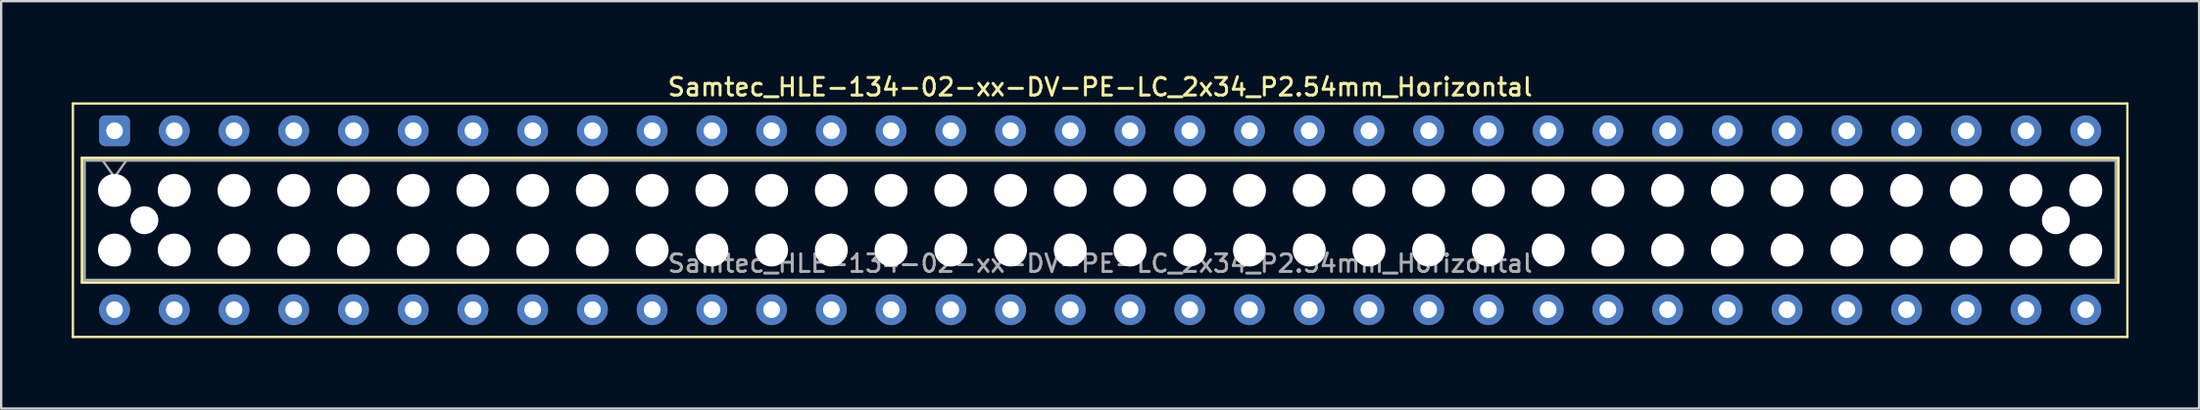
<source format=kicad_pcb>
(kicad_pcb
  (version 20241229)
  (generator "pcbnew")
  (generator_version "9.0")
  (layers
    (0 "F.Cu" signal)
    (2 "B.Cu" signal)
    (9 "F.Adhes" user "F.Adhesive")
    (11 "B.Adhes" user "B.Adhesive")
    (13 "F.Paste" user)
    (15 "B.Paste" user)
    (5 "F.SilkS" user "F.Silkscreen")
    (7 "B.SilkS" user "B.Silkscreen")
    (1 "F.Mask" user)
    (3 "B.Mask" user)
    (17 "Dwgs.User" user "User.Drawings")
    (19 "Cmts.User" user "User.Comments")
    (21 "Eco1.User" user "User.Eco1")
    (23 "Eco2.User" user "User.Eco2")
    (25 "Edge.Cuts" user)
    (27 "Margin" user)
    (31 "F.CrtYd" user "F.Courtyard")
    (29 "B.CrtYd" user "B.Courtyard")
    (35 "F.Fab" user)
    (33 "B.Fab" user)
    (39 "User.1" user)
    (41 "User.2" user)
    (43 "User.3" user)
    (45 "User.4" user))
  (footprint "Samtec_HLE-134-02-xx-DV-PE-LC_2x34_P2.54mm_Horizontal"
    (layer "F.Cu")
    (at 1.82 2.518)
    (property "Reference" "Samtec_HLE-134-02-xx-DV-PE-LC_2x34_P2.54mm_Horizontal" (at 41.91 -1.86 0) (layer "F.SilkS") (effects (font (size 0.75 0.75) (thickness 0.125))))
    (attr through_hole)
    (fp_line (start -1.77 -1.16) (end 85.59 -1.16) (stroke (width 0.1) (type solid)) (layer "F.SilkS"))
    (fp_line (start -1.77 8.78) (end -1.77 -1.16) (stroke (width 0.1) (type solid)) (layer "F.SilkS"))
    (fp_line (start -1.38 1.16) (end 85.2 1.16) (stroke (width 0.12) (type solid)) (layer "F.SilkS"))
    (fp_line (start -1.38 6.46) (end -1.38 1.16) (stroke (width 0.12) (type solid)) (layer "F.SilkS"))
    (fp_line (start 85.2 1.16) (end 85.2 6.46) (stroke (width 0.12) (type solid)) (layer "F.SilkS"))
    (fp_line (start 85.2 6.46) (end -1.38 6.46) (stroke (width 0.12) (type solid)) (layer "F.SilkS"))
    (fp_line (start 85.59 -1.16) (end 85.59 8.78) (stroke (width 0.1) (type solid)) (layer "F.SilkS"))
    (fp_line (start 85.59 8.78) (end -1.77 8.78) (stroke (width 0.1) (type solid)) (layer "F.SilkS"))
    (fp_line (start -1.27 1.27) (end 85.09 1.27) (stroke (width 0.1) (type solid)) (layer "F.Fab"))
    (fp_line (start -1.27 6.35) (end -1.27 1.27) (stroke (width 0.1) (type solid)) (layer "F.Fab"))
    (fp_line (start -0.5 1.27) (end 0 1.977) (stroke (width 0.1) (type solid)) (layer "F.Fab"))
    (fp_line (start 0 1.977) (end 0.5 1.27) (stroke (width 0.1) (type solid)) (layer "F.Fab"))
    (fp_line (start 85.09 1.27) (end 85.09 6.35) (stroke (width 0.1) (type solid)) (layer "F.Fab"))
    (fp_line (start 85.09 6.35) (end -1.27 6.35) (stroke (width 0.1) (type solid)) (layer "F.Fab"))
    (fp_text user "${REFERENCE}" (at 41.91 5.65 0) (layer "F.Fab") (effects (font (size 0.75 0.75) (thickness 0.125))))
    (pad "" np_thru_hole circle (at 0 2.54) (size 1.4 1.4) (drill 1.4) (layers "*.Cu" "*.Mask"))
    (pad "" np_thru_hole circle (at 0 5.08) (size 1.4 1.4) (drill 1.4) (layers "*.Cu" "*.Mask"))
    (pad "" np_thru_hole circle (at 1.27 3.81) (size 1.19 1.19) (drill 1.19) (layers "*.Cu" "*.Mask"))
    (pad "" np_thru_hole circle (at 2.54 2.54) (size 1.4 1.4) (drill 1.4) (layers "*.Cu" "*.Mask"))
    (pad "" np_thru_hole circle (at 2.54 5.08) (size 1.4 1.4) (drill 1.4) (layers "*.Cu" "*.Mask"))
    (pad "" np_thru_hole circle (at 5.08 2.54) (size 1.4 1.4) (drill 1.4) (layers "*.Cu" "*.Mask"))
    (pad "" np_thru_hole circle (at 5.08 5.08) (size 1.4 1.4) (drill 1.4) (layers "*.Cu" "*.Mask"))
    (pad "" np_thru_hole circle (at 7.62 2.54) (size 1.4 1.4) (drill 1.4) (layers "*.Cu" "*.Mask"))
    (pad "" np_thru_hole circle (at 7.62 5.08) (size 1.4 1.4) (drill 1.4) (layers "*.Cu" "*.Mask"))
    (pad "" np_thru_hole circle (at 10.16 2.54) (size 1.4 1.4) (drill 1.4) (layers "*.Cu" "*.Mask"))
    (pad "" np_thru_hole circle (at 10.16 5.08) (size 1.4 1.4) (drill 1.4) (layers "*.Cu" "*.Mask"))
    (pad "" np_thru_hole circle (at 12.7 2.54) (size 1.4 1.4) (drill 1.4) (layers "*.Cu" "*.Mask"))
    (pad "" np_thru_hole circle (at 12.7 5.08) (size 1.4 1.4) (drill 1.4) (layers "*.Cu" "*.Mask"))
    (pad "" np_thru_hole circle (at 15.24 2.54) (size 1.4 1.4) (drill 1.4) (layers "*.Cu" "*.Mask"))
    (pad "" np_thru_hole circle (at 15.24 5.08) (size 1.4 1.4) (drill 1.4) (layers "*.Cu" "*.Mask"))
    (pad "" np_thru_hole circle (at 17.78 2.54) (size 1.4 1.4) (drill 1.4) (layers "*.Cu" "*.Mask"))
    (pad "" np_thru_hole circle (at 17.78 5.08) (size 1.4 1.4) (drill 1.4) (layers "*.Cu" "*.Mask"))
    (pad "" np_thru_hole circle (at 20.32 2.54) (size 1.4 1.4) (drill 1.4) (layers "*.Cu" "*.Mask"))
    (pad "" np_thru_hole circle (at 20.32 5.08) (size 1.4 1.4) (drill 1.4) (layers "*.Cu" "*.Mask"))
    (pad "" np_thru_hole circle (at 22.86 2.54) (size 1.4 1.4) (drill 1.4) (layers "*.Cu" "*.Mask"))
    (pad "" np_thru_hole circle (at 22.86 5.08) (size 1.4 1.4) (drill 1.4) (layers "*.Cu" "*.Mask"))
    (pad "" np_thru_hole circle (at 25.4 2.54) (size 1.4 1.4) (drill 1.4) (layers "*.Cu" "*.Mask"))
    (pad "" np_thru_hole circle (at 25.4 5.08) (size 1.4 1.4) (drill 1.4) (layers "*.Cu" "*.Mask"))
    (pad "" np_thru_hole circle (at 27.94 2.54) (size 1.4 1.4) (drill 1.4) (layers "*.Cu" "*.Mask"))
    (pad "" np_thru_hole circle (at 27.94 5.08) (size 1.4 1.4) (drill 1.4) (layers "*.Cu" "*.Mask"))
    (pad "" np_thru_hole circle (at 30.48 2.54) (size 1.4 1.4) (drill 1.4) (layers "*.Cu" "*.Mask"))
    (pad "" np_thru_hole circle (at 30.48 5.08) (size 1.4 1.4) (drill 1.4) (layers "*.Cu" "*.Mask"))
    (pad "" np_thru_hole circle (at 33.02 2.54) (size 1.4 1.4) (drill 1.4) (layers "*.Cu" "*.Mask"))
    (pad "" np_thru_hole circle (at 33.02 5.08) (size 1.4 1.4) (drill 1.4) (layers "*.Cu" "*.Mask"))
    (pad "" np_thru_hole circle (at 35.56 2.54) (size 1.4 1.4) (drill 1.4) (layers "*.Cu" "*.Mask"))
    (pad "" np_thru_hole circle (at 35.56 5.08) (size 1.4 1.4) (drill 1.4) (layers "*.Cu" "*.Mask"))
    (pad "" np_thru_hole circle (at 38.1 2.54) (size 1.4 1.4) (drill 1.4) (layers "*.Cu" "*.Mask"))
    (pad "" np_thru_hole circle (at 38.1 5.08) (size 1.4 1.4) (drill 1.4) (layers "*.Cu" "*.Mask"))
    (pad "" np_thru_hole circle (at 40.64 2.54) (size 1.4 1.4) (drill 1.4) (layers "*.Cu" "*.Mask"))
    (pad "" np_thru_hole circle (at 40.64 5.08) (size 1.4 1.4) (drill 1.4) (layers "*.Cu" "*.Mask"))
    (pad "" np_thru_hole circle (at 43.18 2.54) (size 1.4 1.4) (drill 1.4) (layers "*.Cu" "*.Mask"))
    (pad "" np_thru_hole circle (at 43.18 5.08) (size 1.4 1.4) (drill 1.4) (layers "*.Cu" "*.Mask"))
    (pad "" np_thru_hole circle (at 45.72 2.54) (size 1.4 1.4) (drill 1.4) (layers "*.Cu" "*.Mask"))
    (pad "" np_thru_hole circle (at 45.72 5.08) (size 1.4 1.4) (drill 1.4) (layers "*.Cu" "*.Mask"))
    (pad "" np_thru_hole circle (at 48.26 2.54) (size 1.4 1.4) (drill 1.4) (layers "*.Cu" "*.Mask"))
    (pad "" np_thru_hole circle (at 48.26 5.08) (size 1.4 1.4) (drill 1.4) (layers "*.Cu" "*.Mask"))
    (pad "" np_thru_hole circle (at 50.8 2.54) (size 1.4 1.4) (drill 1.4) (layers "*.Cu" "*.Mask"))
    (pad "" np_thru_hole circle (at 50.8 5.08) (size 1.4 1.4) (drill 1.4) (layers "*.Cu" "*.Mask"))
    (pad "" np_thru_hole circle (at 53.34 2.54) (size 1.4 1.4) (drill 1.4) (layers "*.Cu" "*.Mask"))
    (pad "" np_thru_hole circle (at 53.34 5.08) (size 1.4 1.4) (drill 1.4) (layers "*.Cu" "*.Mask"))
    (pad "" np_thru_hole circle (at 55.88 2.54) (size 1.4 1.4) (drill 1.4) (layers "*.Cu" "*.Mask"))
    (pad "" np_thru_hole circle (at 55.88 5.08) (size 1.4 1.4) (drill 1.4) (layers "*.Cu" "*.Mask"))
    (pad "" np_thru_hole circle (at 58.42 2.54) (size 1.4 1.4) (drill 1.4) (layers "*.Cu" "*.Mask"))
    (pad "" np_thru_hole circle (at 58.42 5.08) (size 1.4 1.4) (drill 1.4) (layers "*.Cu" "*.Mask"))
    (pad "" np_thru_hole circle (at 60.96 2.54) (size 1.4 1.4) (drill 1.4) (layers "*.Cu" "*.Mask"))
    (pad "" np_thru_hole circle (at 60.96 5.08) (size 1.4 1.4) (drill 1.4) (layers "*.Cu" "*.Mask"))
    (pad "" np_thru_hole circle (at 63.5 2.54) (size 1.4 1.4) (drill 1.4) (layers "*.Cu" "*.Mask"))
    (pad "" np_thru_hole circle (at 63.5 5.08) (size 1.4 1.4) (drill 1.4) (layers "*.Cu" "*.Mask"))
    (pad "" np_thru_hole circle (at 66.04 2.54) (size 1.4 1.4) (drill 1.4) (layers "*.Cu" "*.Mask"))
    (pad "" np_thru_hole circle (at 66.04 5.08) (size 1.4 1.4) (drill 1.4) (layers "*.Cu" "*.Mask"))
    (pad "" np_thru_hole circle (at 68.58 2.54) (size 1.4 1.4) (drill 1.4) (layers "*.Cu" "*.Mask"))
    (pad "" np_thru_hole circle (at 68.58 5.08) (size 1.4 1.4) (drill 1.4) (layers "*.Cu" "*.Mask"))
    (pad "" np_thru_hole circle (at 71.12 2.54) (size 1.4 1.4) (drill 1.4) (layers "*.Cu" "*.Mask"))
    (pad "" np_thru_hole circle (at 71.12 5.08) (size 1.4 1.4) (drill 1.4) (layers "*.Cu" "*.Mask"))
    (pad "" np_thru_hole circle (at 73.66 2.54) (size 1.4 1.4) (drill 1.4) (layers "*.Cu" "*.Mask"))
    (pad "" np_thru_hole circle (at 73.66 5.08) (size 1.4 1.4) (drill 1.4) (layers "*.Cu" "*.Mask"))
    (pad "" np_thru_hole circle (at 76.2 2.54) (size 1.4 1.4) (drill 1.4) (layers "*.Cu" "*.Mask"))
    (pad "" np_thru_hole circle (at 76.2 5.08) (size 1.4 1.4) (drill 1.4) (layers "*.Cu" "*.Mask"))
    (pad "" np_thru_hole circle (at 78.74 2.54) (size 1.4 1.4) (drill 1.4) (layers "*.Cu" "*.Mask"))
    (pad "" np_thru_hole circle (at 78.74 5.08) (size 1.4 1.4) (drill 1.4) (layers "*.Cu" "*.Mask"))
    (pad "" np_thru_hole circle (at 81.28 2.54) (size 1.4 1.4) (drill 1.4) (layers "*.Cu" "*.Mask"))
    (pad "" np_thru_hole circle (at 81.28 5.08) (size 1.4 1.4) (drill 1.4) (layers "*.Cu" "*.Mask"))
    (pad "" np_thru_hole circle (at 82.55 3.81) (size 1.19 1.19) (drill 1.19) (layers "*.Cu" "*.Mask"))
    (pad "" np_thru_hole circle (at 83.82 2.54) (size 1.4 1.4) (drill 1.4) (layers "*.Cu" "*.Mask"))
    (pad "" np_thru_hole circle (at 83.82 5.08) (size 1.4 1.4) (drill 1.4) (layers "*.Cu" "*.Mask"))
    (pad "1" thru_hole roundrect (at 0 0) (size 1.31 1.31) (drill 0.71) (layers "*.Cu" "*.Mask") (roundrect_rratio 0.191))
    (pad "2" thru_hole circle (at 0 7.62) (size 1.31 1.31) (drill 0.71) (layers "*.Cu" "*.Mask"))
    (pad "3" thru_hole circle (at 2.54 0) (size 1.31 1.31) (drill 0.71) (layers "*.Cu" "*.Mask"))
    (pad "4" thru_hole circle (at 2.54 7.62) (size 1.31 1.31) (drill 0.71) (layers "*.Cu" "*.Mask"))
    (pad "5" thru_hole circle (at 5.08 0) (size 1.31 1.31) (drill 0.71) (layers "*.Cu" "*.Mask"))
    (pad "6" thru_hole circle (at 5.08 7.62) (size 1.31 1.31) (drill 0.71) (layers "*.Cu" "*.Mask"))
    (pad "7" thru_hole circle (at 7.62 0) (size 1.31 1.31) (drill 0.71) (layers "*.Cu" "*.Mask"))
    (pad "8" thru_hole circle (at 7.62 7.62) (size 1.31 1.31) (drill 0.71) (layers "*.Cu" "*.Mask"))
    (pad "9" thru_hole circle (at 10.16 0) (size 1.31 1.31) (drill 0.71) (layers "*.Cu" "*.Mask"))
    (pad "10" thru_hole circle (at 10.16 7.62) (size 1.31 1.31) (drill 0.71) (layers "*.Cu" "*.Mask"))
    (pad "11" thru_hole circle (at 12.7 0) (size 1.31 1.31) (drill 0.71) (layers "*.Cu" "*.Mask"))
    (pad "12" thru_hole circle (at 12.7 7.62) (size 1.31 1.31) (drill 0.71) (layers "*.Cu" "*.Mask"))
    (pad "13" thru_hole circle (at 15.24 0) (size 1.31 1.31) (drill 0.71) (layers "*.Cu" "*.Mask"))
    (pad "14" thru_hole circle (at 15.24 7.62) (size 1.31 1.31) (drill 0.71) (layers "*.Cu" "*.Mask"))
    (pad "15" thru_hole circle (at 17.78 0) (size 1.31 1.31) (drill 0.71) (layers "*.Cu" "*.Mask"))
    (pad "16" thru_hole circle (at 17.78 7.62) (size 1.31 1.31) (drill 0.71) (layers "*.Cu" "*.Mask"))
    (pad "17" thru_hole circle (at 20.32 0) (size 1.31 1.31) (drill 0.71) (layers "*.Cu" "*.Mask"))
    (pad "18" thru_hole circle (at 20.32 7.62) (size 1.31 1.31) (drill 0.71) (layers "*.Cu" "*.Mask"))
    (pad "19" thru_hole circle (at 22.86 0) (size 1.31 1.31) (drill 0.71) (layers "*.Cu" "*.Mask"))
    (pad "20" thru_hole circle (at 22.86 7.62) (size 1.31 1.31) (drill 0.71) (layers "*.Cu" "*.Mask"))
    (pad "21" thru_hole circle (at 25.4 0) (size 1.31 1.31) (drill 0.71) (layers "*.Cu" "*.Mask"))
    (pad "22" thru_hole circle (at 25.4 7.62) (size 1.31 1.31) (drill 0.71) (layers "*.Cu" "*.Mask"))
    (pad "23" thru_hole circle (at 27.94 0) (size 1.31 1.31) (drill 0.71) (layers "*.Cu" "*.Mask"))
    (pad "24" thru_hole circle (at 27.94 7.62) (size 1.31 1.31) (drill 0.71) (layers "*.Cu" "*.Mask"))
    (pad "25" thru_hole circle (at 30.48 0) (size 1.31 1.31) (drill 0.71) (layers "*.Cu" "*.Mask"))
    (pad "26" thru_hole circle (at 30.48 7.62) (size 1.31 1.31) (drill 0.71) (layers "*.Cu" "*.Mask"))
    (pad "27" thru_hole circle (at 33.02 0) (size 1.31 1.31) (drill 0.71) (layers "*.Cu" "*.Mask"))
    (pad "28" thru_hole circle (at 33.02 7.62) (size 1.31 1.31) (drill 0.71) (layers "*.Cu" "*.Mask"))
    (pad "29" thru_hole circle (at 35.56 0) (size 1.31 1.31) (drill 0.71) (layers "*.Cu" "*.Mask"))
    (pad "30" thru_hole circle (at 35.56 7.62) (size 1.31 1.31) (drill 0.71) (layers "*.Cu" "*.Mask"))
    (pad "31" thru_hole circle (at 38.1 0) (size 1.31 1.31) (drill 0.71) (layers "*.Cu" "*.Mask"))
    (pad "32" thru_hole circle (at 38.1 7.62) (size 1.31 1.31) (drill 0.71) (layers "*.Cu" "*.Mask"))
    (pad "33" thru_hole circle (at 40.64 0) (size 1.31 1.31) (drill 0.71) (layers "*.Cu" "*.Mask"))
    (pad "34" thru_hole circle (at 40.64 7.62) (size 1.31 1.31) (drill 0.71) (layers "*.Cu" "*.Mask"))
    (pad "35" thru_hole circle (at 43.18 0) (size 1.31 1.31) (drill 0.71) (layers "*.Cu" "*.Mask"))
    (pad "36" thru_hole circle (at 43.18 7.62) (size 1.31 1.31) (drill 0.71) (layers "*.Cu" "*.Mask"))
    (pad "37" thru_hole circle (at 45.72 0) (size 1.31 1.31) (drill 0.71) (layers "*.Cu" "*.Mask"))
    (pad "38" thru_hole circle (at 45.72 7.62) (size 1.31 1.31) (drill 0.71) (layers "*.Cu" "*.Mask"))
    (pad "39" thru_hole circle (at 48.26 0) (size 1.31 1.31) (drill 0.71) (layers "*.Cu" "*.Mask"))
    (pad "40" thru_hole circle (at 48.26 7.62) (size 1.31 1.31) (drill 0.71) (layers "*.Cu" "*.Mask"))
    (pad "41" thru_hole circle (at 50.8 0) (size 1.31 1.31) (drill 0.71) (layers "*.Cu" "*.Mask"))
    (pad "42" thru_hole circle (at 50.8 7.62) (size 1.31 1.31) (drill 0.71) (layers "*.Cu" "*.Mask"))
    (pad "43" thru_hole circle (at 53.34 0) (size 1.31 1.31) (drill 0.71) (layers "*.Cu" "*.Mask"))
    (pad "44" thru_hole circle (at 53.34 7.62) (size 1.31 1.31) (drill 0.71) (layers "*.Cu" "*.Mask"))
    (pad "45" thru_hole circle (at 55.88 0) (size 1.31 1.31) (drill 0.71) (layers "*.Cu" "*.Mask"))
    (pad "46" thru_hole circle (at 55.88 7.62) (size 1.31 1.31) (drill 0.71) (layers "*.Cu" "*.Mask"))
    (pad "47" thru_hole circle (at 58.42 0) (size 1.31 1.31) (drill 0.71) (layers "*.Cu" "*.Mask"))
    (pad "48" thru_hole circle (at 58.42 7.62) (size 1.31 1.31) (drill 0.71) (layers "*.Cu" "*.Mask"))
    (pad "49" thru_hole circle (at 60.96 0) (size 1.31 1.31) (drill 0.71) (layers "*.Cu" "*.Mask"))
    (pad "50" thru_hole circle (at 60.96 7.62) (size 1.31 1.31) (drill 0.71) (layers "*.Cu" "*.Mask"))
    (pad "51" thru_hole circle (at 63.5 0) (size 1.31 1.31) (drill 0.71) (layers "*.Cu" "*.Mask"))
    (pad "52" thru_hole circle (at 63.5 7.62) (size 1.31 1.31) (drill 0.71) (layers "*.Cu" "*.Mask"))
    (pad "53" thru_hole circle (at 66.04 0) (size 1.31 1.31) (drill 0.71) (layers "*.Cu" "*.Mask"))
    (pad "54" thru_hole circle (at 66.04 7.62) (size 1.31 1.31) (drill 0.71) (layers "*.Cu" "*.Mask"))
    (pad "55" thru_hole circle (at 68.58 0) (size 1.31 1.31) (drill 0.71) (layers "*.Cu" "*.Mask"))
    (pad "56" thru_hole circle (at 68.58 7.62) (size 1.31 1.31) (drill 0.71) (layers "*.Cu" "*.Mask"))
    (pad "57" thru_hole circle (at 71.12 0) (size 1.31 1.31) (drill 0.71) (layers "*.Cu" "*.Mask"))
    (pad "58" thru_hole circle (at 71.12 7.62) (size 1.31 1.31) (drill 0.71) (layers "*.Cu" "*.Mask"))
    (pad "59" thru_hole circle (at 73.66 0) (size 1.31 1.31) (drill 0.71) (layers "*.Cu" "*.Mask"))
    (pad "60" thru_hole circle (at 73.66 7.62) (size 1.31 1.31) (drill 0.71) (layers "*.Cu" "*.Mask"))
    (pad "61" thru_hole circle (at 76.2 0) (size 1.31 1.31) (drill 0.71) (layers "*.Cu" "*.Mask"))
    (pad "62" thru_hole circle (at 76.2 7.62) (size 1.31 1.31) (drill 0.71) (layers "*.Cu" "*.Mask"))
    (pad "63" thru_hole circle (at 78.74 0) (size 1.31 1.31) (drill 0.71) (layers "*.Cu" "*.Mask"))
    (pad "64" thru_hole circle (at 78.74 7.62) (size 1.31 1.31) (drill 0.71) (layers "*.Cu" "*.Mask"))
    (pad "65" thru_hole circle (at 81.28 0) (size 1.31 1.31) (drill 0.71) (layers "*.Cu" "*.Mask"))
    (pad "66" thru_hole circle (at 81.28 7.62) (size 1.31 1.31) (drill 0.71) (layers "*.Cu" "*.Mask"))
    (pad "67" thru_hole circle (at 83.82 0) (size 1.31 1.31) (drill 0.71) (layers "*.Cu" "*.Mask"))
    (pad "68" thru_hole circle (at 83.82 7.62) (size 1.31 1.31) (drill 0.71) (layers "*.Cu" "*.Mask")))
  (gr_rect
    (start -3 -3)
    (end 90.46 14.348)
    (stroke (width 0.1) (type default))
    (fill no)
    (layer "Edge.Cuts")))
</source>
